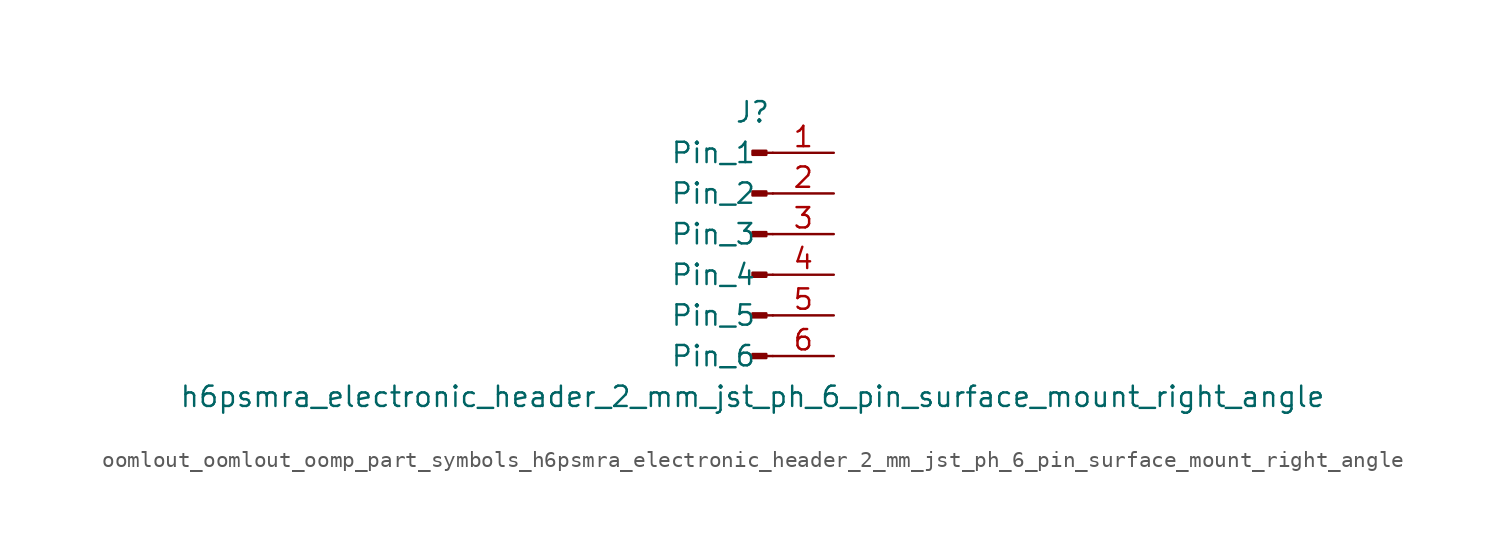
<source format=kicad_sym>
(kicad_symbol_lib
  (version 20220914)
  (generator kicad_symbol_editor)
  (symbol "oomlout_oomlout_oomp_part_symbols_h6psmra_electronic_header_2_mm_jst_ph_6_pin_surface_mount_right_angle"
    (pin_names
      (offset 1.016))
    (property "Reference" "J"
      (at 0 7.62 0)
      (effects (font (size 1.27 1.27))))
    (property "Value" "h6psmra_electronic_header_2_mm_jst_ph_6_pin_surface_mount_right_angle"
      (at 0 -10.16 0)
      (effects (font (size 1.27 1.27))))
    (property "ki_locked" ""
      (at 0 0 0)
      (effects (font (size 1.27 1.27))))
    (symbol "oomlout_oomlout_oomp_part_symbols_h6psmra_electronic_header_2_mm_jst_ph_6_pin_surface_mount_right_angle_1_1"
      (polyline (pts (xy 1.27 -7.62) (xy 0.864 -7.62)) (stroke (width 0.152) (type default)) (fill (type none)))
      (polyline (pts (xy 1.27 -5.08) (xy 0.864 -5.08)) (stroke (width 0.152) (type default)) (fill (type none)))
      (polyline (pts (xy 1.27 -2.54) (xy 0.864 -2.54)) (stroke (width 0.152) (type default)) (fill (type none)))
      (polyline (pts (xy 1.27 0) (xy 0.864 0)) (stroke (width 0.152) (type default)) (fill (type none)))
      (polyline (pts (xy 1.27 2.54) (xy 0.864 2.54)) (stroke (width 0.152) (type default)) (fill (type none)))
      (polyline (pts (xy 1.27 5.08) (xy 0.864 5.08)) (stroke (width 0.152) (type default)) (fill (type none)))
      (rectangle (start 0.864 -7.493) (end 0 -7.747) (stroke (width 0.152) (type default)) (fill (type outline)))
      (rectangle (start 0.864 -4.953) (end 0 -5.207) (stroke (width 0.152) (type default)) (fill (type outline)))
      (rectangle (start 0.864 -2.413) (end 0 -2.667) (stroke (width 0.152) (type default)) (fill (type outline)))
      (rectangle (start 0.864 0.127) (end 0 -0.127) (stroke (width 0.152) (type default)) (fill (type outline)))
      (rectangle (start 0.864 2.667) (end 0 2.413) (stroke (width 0.152) (type default)) (fill (type outline)))
      (rectangle (start 0.864 5.207) (end 0 4.953) (stroke (width 0.152) (type default)) (fill (type outline)))
      (pin passive line (at 5.08 5.08 180) (length 3.81) (name "Pin_1" (effects (font (size 1.27 1.27)))) (number "1" (effects (font (size 1.27 1.27)))))
      (pin passive line (at 5.08 2.54 180) (length 3.81) (name "Pin_2" (effects (font (size 1.27 1.27)))) (number "2" (effects (font (size 1.27 1.27)))))
      (pin passive line (at 5.08 0 180) (length 3.81) (name "Pin_3" (effects (font (size 1.27 1.27)))) (number "3" (effects (font (size 1.27 1.27)))))
      (pin passive line (at 5.08 -2.54 180) (length 3.81) (name "Pin_4" (effects (font (size 1.27 1.27)))) (number "4" (effects (font (size 1.27 1.27)))))
      (pin passive line (at 5.08 -5.08 180) (length 3.81) (name "Pin_5" (effects (font (size 1.27 1.27)))) (number "5" (effects (font (size 1.27 1.27)))))
      (pin passive line (at 5.08 -7.62 180) (length 3.81) (name "Pin_6" (effects (font (size 1.27 1.27)))) (number "6" (effects (font (size 1.27 1.27))))))))
</source>
